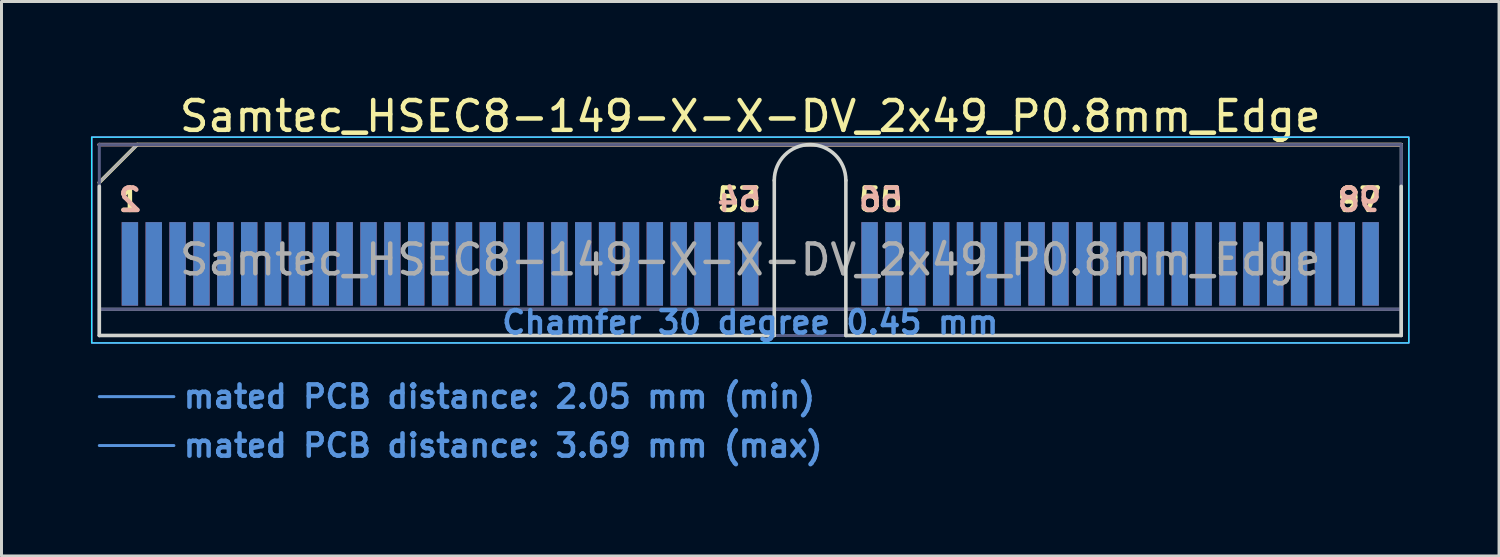
<source format=kicad_pcb>
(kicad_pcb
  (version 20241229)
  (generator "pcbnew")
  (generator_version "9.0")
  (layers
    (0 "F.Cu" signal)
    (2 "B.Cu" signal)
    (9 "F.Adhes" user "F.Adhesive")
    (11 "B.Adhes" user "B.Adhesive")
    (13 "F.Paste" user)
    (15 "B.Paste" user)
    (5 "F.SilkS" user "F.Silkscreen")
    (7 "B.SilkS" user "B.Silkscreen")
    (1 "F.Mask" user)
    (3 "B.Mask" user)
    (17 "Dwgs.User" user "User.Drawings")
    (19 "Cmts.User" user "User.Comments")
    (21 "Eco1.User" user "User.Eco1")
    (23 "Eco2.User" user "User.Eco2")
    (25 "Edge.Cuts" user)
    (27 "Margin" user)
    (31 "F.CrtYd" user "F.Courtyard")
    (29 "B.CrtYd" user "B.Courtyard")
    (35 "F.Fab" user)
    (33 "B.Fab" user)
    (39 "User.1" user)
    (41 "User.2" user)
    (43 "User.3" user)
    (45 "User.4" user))
  (footprint "Samtec_HSEC8-149-X-X-DV_2x49_P0.8mm_Edge"
    (layer "F.Cu")
    (at 22.105 8.198)
    (property "Reference" "Samtec_HSEC8-149-X-X-DV_2x49_P0.8mm_Edge" (at 0 -7.35 0) (layer "F.SilkS") (effects (font (size 1 1) (thickness 0.15))))
    (attr exclude_from_pos_files exclude_from_bom)
    (fp_line (start -21.825 -5.13) (end -20.555 -6.4) (stroke (width 0.12) (type solid)) (layer "F.SilkS"))
    (fp_line (start -20.555 -6.4) (end 21.825 -6.4) (stroke (width 0.12) (type solid)) (layer "F.SilkS"))
    (fp_line (start -21.825 -6.4) (end -21.825 -6.4) (stroke (width 0.12) (type solid)) (layer "B.SilkS"))
    (fp_line (start -21.825 -6.4) (end 21.825 -6.4) (stroke (width 0.12) (type solid)) (layer "B.SilkS"))
    (fp_line (start -21.825 2.05) (end -19.325 2.05) (stroke (width 0.1) (type solid)) (layer "Cmts.User"))
    (fp_line (start -21.825 3.69) (end -19.325 3.69) (stroke (width 0.1) (type solid)) (layer "Cmts.User"))
    (fp_line (start -21.825 -5) (end -21.825 0) (stroke (width 0.12) (type solid)) (layer "Edge.Cuts"))
    (fp_line (start -21.825 0) (end 0.805 0) (stroke (width 0.12) (type solid)) (layer "Edge.Cuts"))
    (fp_line (start 0.805 0) (end 0.805 -5.2) (stroke (width 0.12) (type solid)) (layer "Edge.Cuts"))
    (fp_line (start 3.205 -5.2) (end 3.205 0) (stroke (width 0.12) (type solid)) (layer "Edge.Cuts"))
    (fp_line (start 3.205 0) (end 21.825 0) (stroke (width 0.12) (type solid)) (layer "Edge.Cuts"))
    (fp_line (start 21.825 0) (end 21.825 -5) (stroke (width 0.12) (type solid)) (layer "Edge.Cuts"))
    (fp_arc (start 0.805 -5.2) (mid 2.005 -6.4) (end 3.205 -5.2) (stroke (width 0.12) (type solid)) (layer "Edge.Cuts"))
    (fp_rect (start -22.08 -6.65) (end 22.08 0.25) (stroke (width 0.05) (type solid)) (fill no) (layer "B.CrtYd"))
    (fp_rect (start -22.08 -6.65) (end 22.08 0.25) (stroke (width 0.05) (type solid)) (fill no) (layer "F.CrtYd"))
    (fp_line (start -21.825 -6.4) (end -21.825 -6.4) (stroke (width 0.1) (type solid)) (layer "B.Fab"))
    (fp_line (start -21.825 -6.4) (end -21.825 0) (stroke (width 0.1) (type solid)) (layer "B.Fab"))
    (fp_line (start -21.825 -6.4) (end 21.825 -6.4) (stroke (width 0.1) (type solid)) (layer "B.Fab"))
    (fp_line (start -21.825 -0.88) (end 21.825 -0.88) (stroke (width 0.1) (type solid)) (layer "B.Fab"))
    (fp_line (start -21.825 0) (end 21.825 0) (stroke (width 0.1) (type solid)) (layer "B.Fab"))
    (fp_line (start 21.825 -6.4) (end 21.825 0) (stroke (width 0.1) (type solid)) (layer "B.Fab"))
    (fp_line (start -21.825 -5.13) (end -21.825 0) (stroke (width 0.1) (type solid)) (layer "F.Fab"))
    (fp_line (start -21.825 -5.13) (end -20.555 -6.4) (stroke (width 0.1) (type solid)) (layer "F.Fab"))
    (fp_line (start -21.825 -0.88) (end 21.825 -0.88) (stroke (width 0.1) (type solid)) (layer "F.Fab"))
    (fp_line (start -21.825 0) (end 21.825 0) (stroke (width 0.1) (type solid)) (layer "F.Fab"))
    (fp_line (start -20.555 -6.4) (end 21.825 -6.4) (stroke (width 0.1) (type solid)) (layer "F.Fab"))
    (fp_line (start 21.825 -6.4) (end 21.825 0) (stroke (width 0.1) (type solid)) (layer "F.Fab"))
    (fp_text user "1" (at -20.8 -4.55 0) (layer "F.SilkS") (effects (font (size 0.75 0.75) (thickness 0.15))))
    (fp_text user "97" (at 20.425 -4.55 0) (layer "F.SilkS") (effects (font (size 0.75 0.75) (thickness 0.15))))
    (fp_text user "53" (at -0.375 -4.55 0) (layer "F.SilkS") (effects (font (size 0.75 0.75) (thickness 0.15))))
    (fp_text user "55" (at 4.375 -4.55 0) (layer "F.SilkS") (effects (font (size 0.75 0.75) (thickness 0.15))))
    (fp_text user "98" (at 20.425 -4.55 0) (layer "B.SilkS") (effects (font (size 0.75 0.75) (thickness 0.15)) (justify mirror)))
    (fp_text user "2" (at -20.8 -4.55 0) (layer "B.SilkS") (effects (font (size 0.75 0.75) (thickness 0.15)) (justify mirror)))
    (fp_text user "54" (at -0.375 -4.55 0) (layer "B.SilkS") (effects (font (size 0.75 0.75) (thickness 0.15)) (justify mirror)))
    (fp_text user "56" (at 4.375 -4.55 0) (layer "B.SilkS") (effects (font (size 0.75 0.75) (thickness 0.15)) (justify mirror)))
    (fp_text user "mated PCB distance: 2.05 mm (min)" (at -19.08 2.05 0) (layer "Cmts.User") (effects (font (size 0.75 0.75) (thickness 0.15)) (justify left)))
    (fp_text user "mated PCB distance: 3.69 mm (max)" (at -19.08 3.69 0) (layer "Cmts.User") (effects (font (size 0.75 0.75) (thickness 0.15)) (justify left)))
    (fp_text user "Chamfer 30 degree 0.45 mm" (at 0 -0.44 0) (layer "Cmts.User") (effects (font (size 0.75 0.75) (thickness 0.15))))
    (fp_text user "${REFERENCE}" (at 0 -2.54 0) (layer "F.Fab") (effects (font (size 1 1) (thickness 0.15))))
    (pad "1" connect rect (at -20.8 -2.4) (size 0.55 2.8) (layers "F.Cu" "F.Mask"))
    (pad "2" connect rect (at -20.8 -2.4) (size 0.55 2.8) (layers "B.Cu" "B.Mask"))
    (pad "3" connect rect (at -20 -2.4) (size 0.55 2.8) (layers "F.Cu" "F.Mask"))
    (pad "4" connect rect (at -20 -2.4) (size 0.55 2.8) (layers "B.Cu" "B.Mask"))
    (pad "5" connect rect (at -19.2 -2.4) (size 0.55 2.8) (layers "F.Cu" "F.Mask"))
    (pad "6" connect rect (at -19.2 -2.4) (size 0.55 2.8) (layers "B.Cu" "B.Mask"))
    (pad "7" connect rect (at -18.4 -2.4) (size 0.55 2.8) (layers "F.Cu" "F.Mask"))
    (pad "8" connect rect (at -18.4 -2.4) (size 0.55 2.8) (layers "B.Cu" "B.Mask"))
    (pad "9" connect rect (at -17.6 -2.4) (size 0.55 2.8) (layers "F.Cu" "F.Mask"))
    (pad "10" connect rect (at -17.6 -2.4) (size 0.55 2.8) (layers "B.Cu" "B.Mask"))
    (pad "11" connect rect (at -16.8 -2.4) (size 0.55 2.8) (layers "F.Cu" "F.Mask"))
    (pad "12" connect rect (at -16.8 -2.4) (size 0.55 2.8) (layers "B.Cu" "B.Mask"))
    (pad "13" connect rect (at -16 -2.4) (size 0.55 2.8) (layers "F.Cu" "F.Mask"))
    (pad "14" connect rect (at -16 -2.4) (size 0.55 2.8) (layers "B.Cu" "B.Mask"))
    (pad "15" connect rect (at -15.2 -2.4) (size 0.55 2.8) (layers "F.Cu" "F.Mask"))
    (pad "16" connect rect (at -15.2 -2.4) (size 0.55 2.8) (layers "B.Cu" "B.Mask"))
    (pad "17" connect rect (at -14.4 -2.4) (size 0.55 2.8) (layers "F.Cu" "F.Mask"))
    (pad "18" connect rect (at -14.4 -2.4) (size 0.55 2.8) (layers "B.Cu" "B.Mask"))
    (pad "19" connect rect (at -13.6 -2.4) (size 0.55 2.8) (layers "F.Cu" "F.Mask"))
    (pad "20" connect rect (at -13.6 -2.4) (size 0.55 2.8) (layers "B.Cu" "B.Mask"))
    (pad "21" connect rect (at -12.8 -2.4) (size 0.55 2.8) (layers "F.Cu" "F.Mask"))
    (pad "22" connect rect (at -12.8 -2.4) (size 0.55 2.8) (layers "B.Cu" "B.Mask"))
    (pad "23" connect rect (at -12 -2.4) (size 0.55 2.8) (layers "F.Cu" "F.Mask"))
    (pad "24" connect rect (at -12 -2.4) (size 0.55 2.8) (layers "B.Cu" "B.Mask"))
    (pad "25" connect rect (at -11.2 -2.4) (size 0.55 2.8) (layers "F.Cu" "F.Mask"))
    (pad "26" connect rect (at -11.2 -2.4) (size 0.55 2.8) (layers "B.Cu" "B.Mask"))
    (pad "27" connect rect (at -10.4 -2.4) (size 0.55 2.8) (layers "F.Cu" "F.Mask"))
    (pad "28" connect rect (at -10.4 -2.4) (size 0.55 2.8) (layers "B.Cu" "B.Mask"))
    (pad "29" connect rect (at -9.6 -2.4) (size 0.55 2.8) (layers "F.Cu" "F.Mask"))
    (pad "30" connect rect (at -9.6 -2.4) (size 0.55 2.8) (layers "B.Cu" "B.Mask"))
    (pad "31" connect rect (at -8.8 -2.4) (size 0.55 2.8) (layers "F.Cu" "F.Mask"))
    (pad "32" connect rect (at -8.8 -2.4) (size 0.55 2.8) (layers "B.Cu" "B.Mask"))
    (pad "33" connect rect (at -8 -2.4) (size 0.55 2.8) (layers "F.Cu" "F.Mask"))
    (pad "34" connect rect (at -8 -2.4) (size 0.55 2.8) (layers "B.Cu" "B.Mask"))
    (pad "35" connect rect (at -7.2 -2.4) (size 0.55 2.8) (layers "F.Cu" "F.Mask"))
    (pad "36" connect rect (at -7.2 -2.4) (size 0.55 2.8) (layers "B.Cu" "B.Mask"))
    (pad "37" connect rect (at -6.4 -2.4) (size 0.55 2.8) (layers "F.Cu" "F.Mask"))
    (pad "38" connect rect (at -6.4 -2.4) (size 0.55 2.8) (layers "B.Cu" "B.Mask"))
    (pad "39" connect rect (at -5.6 -2.4) (size 0.55 2.8) (layers "F.Cu" "F.Mask"))
    (pad "40" connect rect (at -5.6 -2.4) (size 0.55 2.8) (layers "B.Cu" "B.Mask"))
    (pad "41" connect rect (at -4.8 -2.4) (size 0.55 2.8) (layers "F.Cu" "F.Mask"))
    (pad "42" connect rect (at -4.8 -2.4) (size 0.55 2.8) (layers "B.Cu" "B.Mask"))
    (pad "43" connect rect (at -4 -2.4) (size 0.55 2.8) (layers "F.Cu" "F.Mask"))
    (pad "44" connect rect (at -4 -2.4) (size 0.55 2.8) (layers "B.Cu" "B.Mask"))
    (pad "45" connect rect (at -3.2 -2.4) (size 0.55 2.8) (layers "F.Cu" "F.Mask"))
    (pad "46" connect rect (at -3.2 -2.4) (size 0.55 2.8) (layers "B.Cu" "B.Mask"))
    (pad "47" connect rect (at -2.4 -2.4) (size 0.55 2.8) (layers "F.Cu" "F.Mask"))
    (pad "48" connect rect (at -2.4 -2.4) (size 0.55 2.8) (layers "B.Cu" "B.Mask"))
    (pad "49" connect rect (at -1.6 -2.4) (size 0.55 2.8) (layers "F.Cu" "F.Mask"))
    (pad "50" connect rect (at -1.6 -2.4) (size 0.55 2.8) (layers "B.Cu" "B.Mask"))
    (pad "51" connect rect (at -0.8 -2.4) (size 0.55 2.8) (layers "F.Cu" "F.Mask"))
    (pad "52" connect rect (at -0.8 -2.4) (size 0.55 2.8) (layers "B.Cu" "B.Mask"))
    (pad "53" connect rect (at 0 -2.4) (size 0.55 2.8) (layers "F.Cu" "F.Mask"))
    (pad "54" connect rect (at 0 -2.4) (size 0.55 2.8) (layers "B.Cu" "B.Mask"))
    (pad "55" connect rect (at 4 -2.4) (size 0.55 2.8) (layers "F.Cu" "F.Mask"))
    (pad "56" connect rect (at 4 -2.4) (size 0.55 2.8) (layers "B.Cu" "B.Mask"))
    (pad "57" connect rect (at 4.8 -2.4) (size 0.55 2.8) (layers "F.Cu" "F.Mask"))
    (pad "58" connect rect (at 4.8 -2.4) (size 0.55 2.8) (layers "B.Cu" "B.Mask"))
    (pad "59" connect rect (at 5.6 -2.4) (size 0.55 2.8) (layers "F.Cu" "F.Mask"))
    (pad "60" connect rect (at 5.6 -2.4) (size 0.55 2.8) (layers "B.Cu" "B.Mask"))
    (pad "61" connect rect (at 6.4 -2.4) (size 0.55 2.8) (layers "F.Cu" "F.Mask"))
    (pad "62" connect rect (at 6.4 -2.4) (size 0.55 2.8) (layers "B.Cu" "B.Mask"))
    (pad "63" connect rect (at 7.2 -2.4) (size 0.55 2.8) (layers "F.Cu" "F.Mask"))
    (pad "64" connect rect (at 7.2 -2.4) (size 0.55 2.8) (layers "B.Cu" "B.Mask"))
    (pad "65" connect rect (at 8 -2.4) (size 0.55 2.8) (layers "F.Cu" "F.Mask"))
    (pad "66" connect rect (at 8 -2.4) (size 0.55 2.8) (layers "B.Cu" "B.Mask"))
    (pad "67" connect rect (at 8.8 -2.4) (size 0.55 2.8) (layers "F.Cu" "F.Mask"))
    (pad "68" connect rect (at 8.8 -2.4) (size 0.55 2.8) (layers "B.Cu" "B.Mask"))
    (pad "69" connect rect (at 9.6 -2.4) (size 0.55 2.8) (layers "F.Cu" "F.Mask"))
    (pad "70" connect rect (at 9.6 -2.4) (size 0.55 2.8) (layers "B.Cu" "B.Mask"))
    (pad "71" connect rect (at 10.4 -2.4) (size 0.55 2.8) (layers "F.Cu" "F.Mask"))
    (pad "72" connect rect (at 10.4 -2.4) (size 0.55 2.8) (layers "B.Cu" "B.Mask"))
    (pad "73" connect rect (at 11.2 -2.4) (size 0.55 2.8) (layers "F.Cu" "F.Mask"))
    (pad "74" connect rect (at 11.2 -2.4) (size 0.55 2.8) (layers "B.Cu" "B.Mask"))
    (pad "75" connect rect (at 12 -2.4) (size 0.55 2.8) (layers "F.Cu" "F.Mask"))
    (pad "76" connect rect (at 12 -2.4) (size 0.55 2.8) (layers "B.Cu" "B.Mask"))
    (pad "77" connect rect (at 12.8 -2.4) (size 0.55 2.8) (layers "F.Cu" "F.Mask"))
    (pad "78" connect rect (at 12.8 -2.4) (size 0.55 2.8) (layers "B.Cu" "B.Mask"))
    (pad "79" connect rect (at 13.6 -2.4) (size 0.55 2.8) (layers "F.Cu" "F.Mask"))
    (pad "80" connect rect (at 13.6 -2.4) (size 0.55 2.8) (layers "B.Cu" "B.Mask"))
    (pad "81" connect rect (at 14.4 -2.4) (size 0.55 2.8) (layers "F.Cu" "F.Mask"))
    (pad "82" connect rect (at 14.4 -2.4) (size 0.55 2.8) (layers "B.Cu" "B.Mask"))
    (pad "83" connect rect (at 15.2 -2.4) (size 0.55 2.8) (layers "F.Cu" "F.Mask"))
    (pad "84" connect rect (at 15.2 -2.4) (size 0.55 2.8) (layers "B.Cu" "B.Mask"))
    (pad "85" connect rect (at 16 -2.4) (size 0.55 2.8) (layers "F.Cu" "F.Mask"))
    (pad "86" connect rect (at 16 -2.4) (size 0.55 2.8) (layers "B.Cu" "B.Mask"))
    (pad "87" connect rect (at 16.8 -2.4) (size 0.55 2.8) (layers "F.Cu" "F.Mask"))
    (pad "88" connect rect (at 16.8 -2.4) (size 0.55 2.8) (layers "B.Cu" "B.Mask"))
    (pad "89" connect rect (at 17.6 -2.4) (size 0.55 2.8) (layers "F.Cu" "F.Mask"))
    (pad "90" connect rect (at 17.6 -2.4) (size 0.55 2.8) (layers "B.Cu" "B.Mask"))
    (pad "91" connect rect (at 18.4 -2.4) (size 0.55 2.8) (layers "F.Cu" "F.Mask"))
    (pad "92" connect rect (at 18.4 -2.4) (size 0.55 2.8) (layers "B.Cu" "B.Mask"))
    (pad "93" connect rect (at 19.2 -2.4) (size 0.55 2.8) (layers "F.Cu" "F.Mask"))
    (pad "94" connect rect (at 19.2 -2.4) (size 0.55 2.8) (layers "B.Cu" "B.Mask"))
    (pad "95" connect rect (at 20 -2.4) (size 0.55 2.8) (layers "F.Cu" "F.Mask"))
    (pad "96" connect rect (at 20 -2.4) (size 0.55 2.8) (layers "B.Cu" "B.Mask"))
    (pad "97" connect rect (at 20.8 -2.4) (size 0.55 2.8) (layers "F.Cu" "F.Mask"))
    (pad "98" connect rect (at 20.8 -2.4) (size 0.55 2.8) (layers "B.Cu" "B.Mask")))
  (gr_rect
    (start -3 -3)
    (end 47.21 15.59)
    (stroke (width 0.1) (type default))
    (fill no)
    (layer "Edge.Cuts")))
</source>
